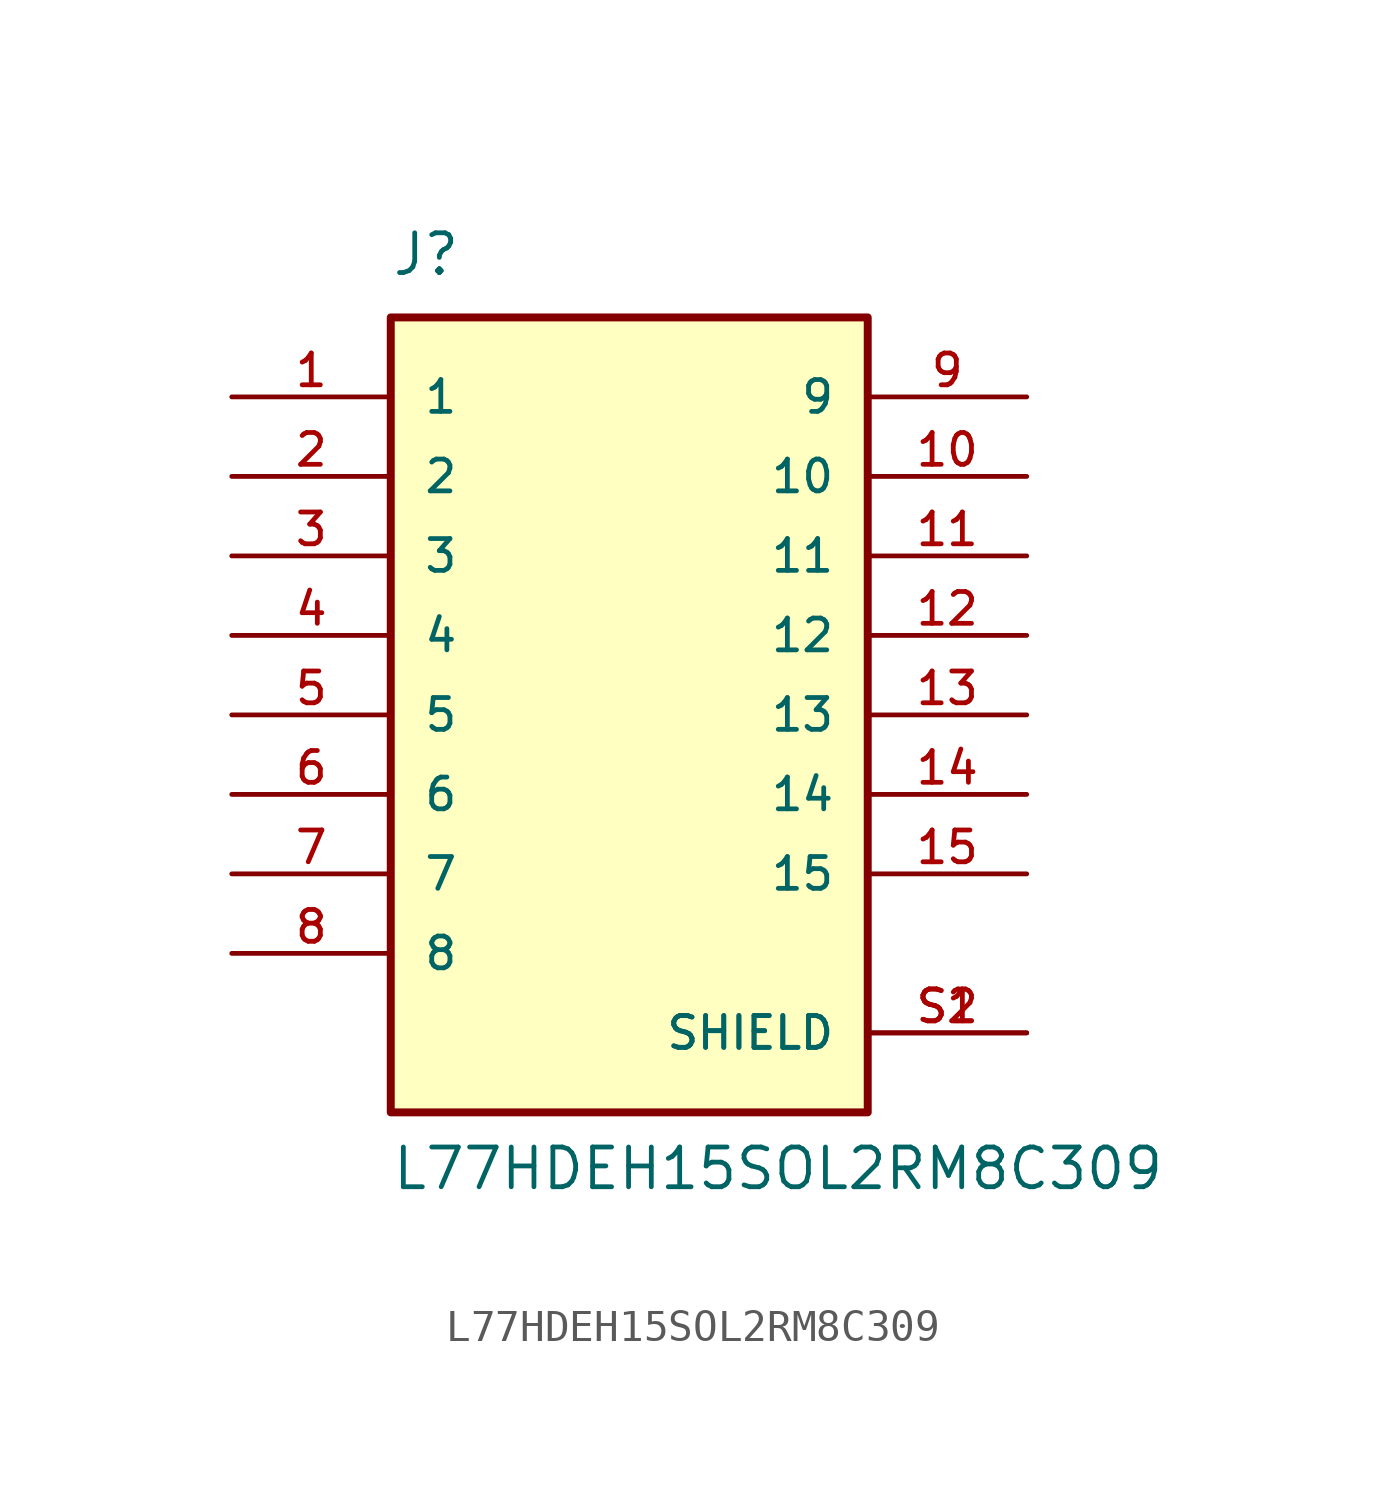
<source format=kicad_sym>
(kicad_symbol_lib
  (version 20211014)
  (generator kicad_symbol_editor)
  (symbol "L77HDEH15SOL2RM8C309"
    (pin_names
      (offset 1.016))
    (property "Reference" "J"
      (at -7.62 13.97 0)
      (effects (font (size 1.27 1.27)) (justify bottom left)))
    (property "Value" "L77HDEH15SOL2RM8C309"
      (at -7.62 -15.24 0)
      (effects (font (size 1.27 1.27)) (justify bottom left)))
    (symbol "L77HDEH15SOL2RM8C309_0_0"
      (rectangle (start -7.62 -12.7) (end 7.62 12.7) (stroke (width 0.254)) (fill (type background)))
      (pin passive line (at -12.7 10.16 0) (length 5.08) (name "1" (effects (font (size 1.016 1.016)))) (number "1" (effects (font (size 1.016 1.016)))))
      (pin passive line (at 12.7 -10.16 180.0) (length 5.08) (name "SHIELD" (effects (font (size 1.016 1.016)))) (number "S1" (effects (font (size 1.016 1.016)))))
      (pin passive line (at 12.7 -10.16 180.0) (length 5.08) (name "SHIELD" (effects (font (size 1.016 1.016)))) (number "S2" (effects (font (size 1.016 1.016)))))
      (pin passive line (at -12.7 7.62 0) (length 5.08) (name "2" (effects (font (size 1.016 1.016)))) (number "2" (effects (font (size 1.016 1.016)))))
      (pin passive line (at -12.7 5.08 0) (length 5.08) (name "3" (effects (font (size 1.016 1.016)))) (number "3" (effects (font (size 1.016 1.016)))))
      (pin passive line (at -12.7 2.54 0) (length 5.08) (name "4" (effects (font (size 1.016 1.016)))) (number "4" (effects (font (size 1.016 1.016)))))
      (pin passive line (at -12.7 0.0 0) (length 5.08) (name "5" (effects (font (size 1.016 1.016)))) (number "5" (effects (font (size 1.016 1.016)))))
      (pin passive line (at -12.7 -2.54 0) (length 5.08) (name "6" (effects (font (size 1.016 1.016)))) (number "6" (effects (font (size 1.016 1.016)))))
      (pin passive line (at -12.7 -5.08 0) (length 5.08) (name "7" (effects (font (size 1.016 1.016)))) (number "7" (effects (font (size 1.016 1.016)))))
      (pin passive line (at -12.7 -7.62 0) (length 5.08) (name "8" (effects (font (size 1.016 1.016)))) (number "8" (effects (font (size 1.016 1.016)))))
      (pin passive line (at 12.7 10.16 180.0) (length 5.08) (name "9" (effects (font (size 1.016 1.016)))) (number "9" (effects (font (size 1.016 1.016)))))
      (pin passive line (at 12.7 7.62 180.0) (length 5.08) (name "10" (effects (font (size 1.016 1.016)))) (number "10" (effects (font (size 1.016 1.016)))))
      (pin passive line (at 12.7 5.08 180.0) (length 5.08) (name "11" (effects (font (size 1.016 1.016)))) (number "11" (effects (font (size 1.016 1.016)))))
      (pin passive line (at 12.7 2.54 180.0) (length 5.08) (name "12" (effects (font (size 1.016 1.016)))) (number "12" (effects (font (size 1.016 1.016)))))
      (pin passive line (at 12.7 0.0 180.0) (length 5.08) (name "13" (effects (font (size 1.016 1.016)))) (number "13" (effects (font (size 1.016 1.016)))))
      (pin passive line (at 12.7 -2.54 180.0) (length 5.08) (name "14" (effects (font (size 1.016 1.016)))) (number "14" (effects (font (size 1.016 1.016)))))
      (pin passive line (at 12.7 -5.08 180.0) (length 5.08) (name "15" (effects (font (size 1.016 1.016)))) (number "15" (effects (font (size 1.016 1.016))))))))
</source>
